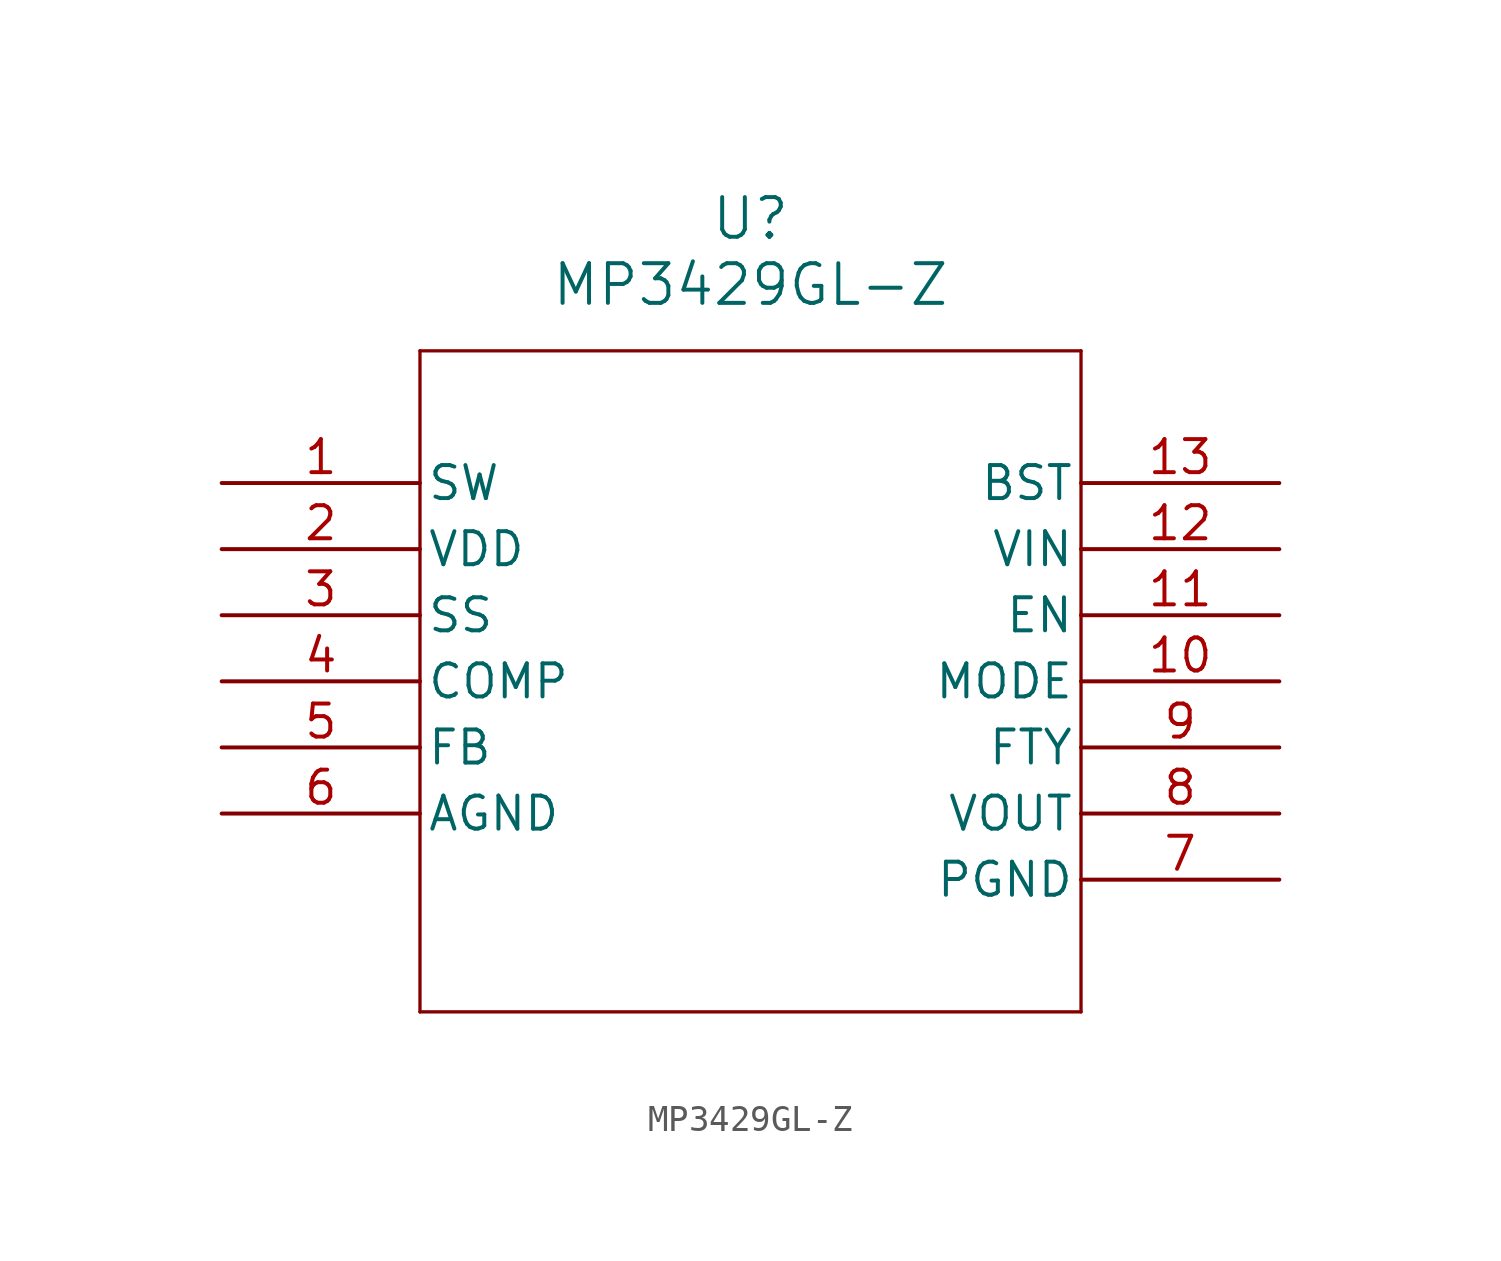
<source format=kicad_sym>
(kicad_symbol_lib
  (version 20211014)
  (generator kicad_symbol_editor)
  (symbol "MP3429GL-Z"
    (pin_names
      (offset 0.254))
    (property "Reference" "U"
      (at 20.32 10.16 0)
      (effects (font (size 1.524 1.524))))
    (property "Value" "MP3429GL-Z"
      (at 20.32 7.62 0)
      (effects (font (size 1.524 1.524))))
    (symbol "MP3429GL-Z_0_1"
      (polyline (pts (xy 7.62 5.08) (xy 7.62 -20.32)) (stroke (width 0.127) (type default) (color 0 0 0 0)) (fill (type none)))
      (polyline (pts (xy 7.62 -20.32) (xy 33.02 -20.32)) (stroke (width 0.127) (type default) (color 0 0 0 0)) (fill (type none)))
      (polyline (pts (xy 33.02 -20.32) (xy 33.02 5.08)) (stroke (width 0.127) (type default) (color 0 0 0 0)) (fill (type none)))
      (polyline (pts (xy 33.02 5.08) (xy 7.62 5.08)) (stroke (width 0.127) (type default) (color 0 0 0 0)) (fill (type none)))
      (pin unspecified line (at 0 0 0) (length 7.62) (name "SW" (effects (font (size 1.27 1.27)))) (number "1" (effects (font (size 1.27 1.27)))))
      (pin power_in line (at 0 -2.54 0) (length 7.62) (name "VDD" (effects (font (size 1.27 1.27)))) (number "2" (effects (font (size 1.27 1.27)))))
      (pin unspecified line (at 0 -5.08 0) (length 7.62) (name "SS" (effects (font (size 1.27 1.27)))) (number "3" (effects (font (size 1.27 1.27)))))
      (pin output line (at 0 -7.62 0) (length 7.62) (name "COMP" (effects (font (size 1.27 1.27)))) (number "4" (effects (font (size 1.27 1.27)))))
      (pin input line (at 0 -10.16 0) (length 7.62) (name "FB" (effects (font (size 1.27 1.27)))) (number "5" (effects (font (size 1.27 1.27)))))
      (pin power_out line (at 0 -12.7 0) (length 7.62) (name "AGND" (effects (font (size 1.27 1.27)))) (number "6" (effects (font (size 1.27 1.27)))))
      (pin power_out line (at 40.64 -15.24 180) (length 7.62) (name "PGND" (effects (font (size 1.27 1.27)))) (number "7" (effects (font (size 1.27 1.27)))))
      (pin output line (at 40.64 -12.7 180) (length 7.62) (name "VOUT" (effects (font (size 1.27 1.27)))) (number "8" (effects (font (size 1.27 1.27)))))
      (pin unspecified line (at 40.64 -10.16 180) (length 7.62) (name "FTY" (effects (font (size 1.27 1.27)))) (number "9" (effects (font (size 1.27 1.27)))))
      (pin unspecified line (at 40.64 -7.62 180) (length 7.62) (name "MODE" (effects (font (size 1.27 1.27)))) (number "10" (effects (font (size 1.27 1.27)))))
      (pin unspecified line (at 40.64 -5.08 180) (length 7.62) (name "EN" (effects (font (size 1.27 1.27)))) (number "11" (effects (font (size 1.27 1.27)))))
      (pin power_in line (at 40.64 -2.54 180) (length 7.62) (name "VIN" (effects (font (size 1.27 1.27)))) (number "12" (effects (font (size 1.27 1.27)))))
      (pin unspecified line (at 40.64 0 180) (length 7.62) (name "BST" (effects (font (size 1.27 1.27)))) (number "13" (effects (font (size 1.27 1.27))))))))
</source>
